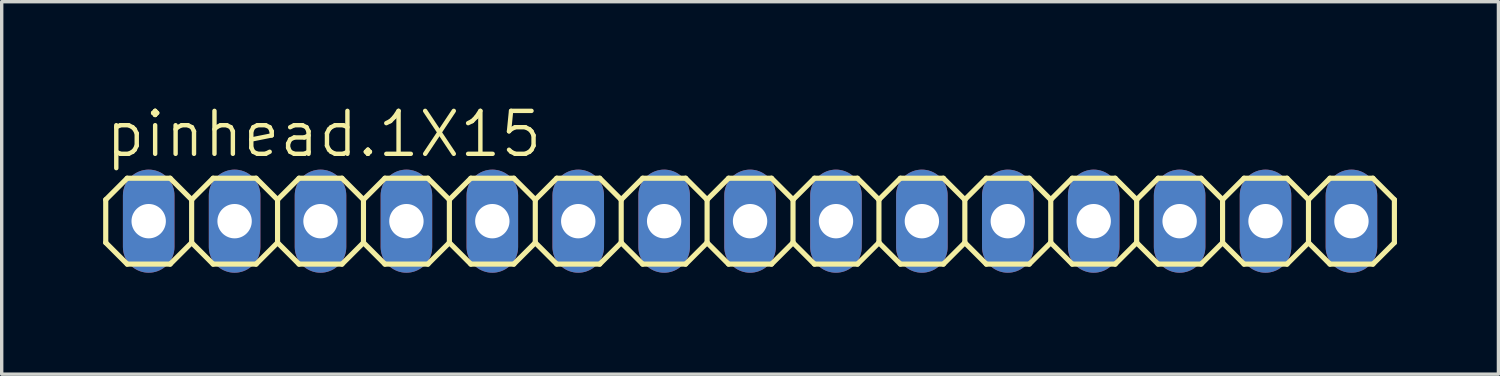
<source format=kicad_pcb>
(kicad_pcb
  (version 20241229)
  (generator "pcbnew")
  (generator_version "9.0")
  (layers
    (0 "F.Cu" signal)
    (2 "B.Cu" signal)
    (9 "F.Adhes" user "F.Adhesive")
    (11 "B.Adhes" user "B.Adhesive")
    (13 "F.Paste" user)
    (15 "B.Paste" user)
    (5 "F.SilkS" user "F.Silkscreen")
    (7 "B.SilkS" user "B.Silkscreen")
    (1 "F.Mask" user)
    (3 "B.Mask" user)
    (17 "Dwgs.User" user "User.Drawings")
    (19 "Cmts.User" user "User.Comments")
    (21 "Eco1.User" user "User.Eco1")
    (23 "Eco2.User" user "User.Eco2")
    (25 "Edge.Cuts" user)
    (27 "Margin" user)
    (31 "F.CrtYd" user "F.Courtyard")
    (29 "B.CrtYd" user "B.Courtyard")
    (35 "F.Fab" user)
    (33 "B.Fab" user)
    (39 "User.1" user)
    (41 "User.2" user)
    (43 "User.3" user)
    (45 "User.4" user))
  (footprint "pinhead.1X15"
    (layer "F.Cu")
    (at 19.126 3.489)
    (property "Reference" "pinhead.1X15" (at -19.126 -1.829 0) (layer "F.SilkS") (effects (font (size 1.27 1.27) (thickness 0.13)) (justify left bottom)))
    (attr through_hole)
    (fp_line (start -19.05 -0.635) (end -19.05 0.635) (stroke (width 0.152) (type default)) (layer "F.SilkS"))
    (fp_line (start -19.05 0.635) (end -18.415 1.27) (stroke (width 0.152) (type default)) (layer "F.SilkS"))
    (fp_line (start -18.415 -1.27) (end -19.05 -0.635) (stroke (width 0.152) (type default)) (layer "F.SilkS"))
    (fp_line (start -18.415 -1.27) (end -17.145 -1.27) (stroke (width 0.152) (type default)) (layer "F.SilkS"))
    (fp_line (start -17.145 -1.27) (end -16.51 -0.635) (stroke (width 0.152) (type default)) (layer "F.SilkS"))
    (fp_line (start -17.145 1.27) (end -18.415 1.27) (stroke (width 0.152) (type default)) (layer "F.SilkS"))
    (fp_line (start -16.51 -0.635) (end -16.51 0.635) (stroke (width 0.152) (type default)) (layer "F.SilkS"))
    (fp_line (start -16.51 -0.635) (end -15.875 -1.27) (stroke (width 0.152) (type default)) (layer "F.SilkS"))
    (fp_line (start -16.51 0.635) (end -17.145 1.27) (stroke (width 0.152) (type default)) (layer "F.SilkS"))
    (fp_line (start -15.875 -1.27) (end -14.605 -1.27) (stroke (width 0.152) (type default)) (layer "F.SilkS"))
    (fp_line (start -15.875 1.27) (end -16.51 0.635) (stroke (width 0.152) (type default)) (layer "F.SilkS"))
    (fp_line (start -14.605 -1.27) (end -13.97 -0.635) (stroke (width 0.152) (type default)) (layer "F.SilkS"))
    (fp_line (start -14.605 1.27) (end -15.875 1.27) (stroke (width 0.152) (type default)) (layer "F.SilkS"))
    (fp_line (start -13.97 -0.635) (end -13.97 0.635) (stroke (width 0.152) (type default)) (layer "F.SilkS"))
    (fp_line (start -13.97 -0.635) (end -13.335 -1.27) (stroke (width 0.152) (type default)) (layer "F.SilkS"))
    (fp_line (start -13.97 0.635) (end -14.605 1.27) (stroke (width 0.152) (type default)) (layer "F.SilkS"))
    (fp_line (start -13.335 -1.27) (end -12.065 -1.27) (stroke (width 0.152) (type default)) (layer "F.SilkS"))
    (fp_line (start -13.335 1.27) (end -13.97 0.635) (stroke (width 0.152) (type default)) (layer "F.SilkS"))
    (fp_line (start -12.065 -1.27) (end -11.43 -0.635) (stroke (width 0.152) (type default)) (layer "F.SilkS"))
    (fp_line (start -12.065 1.27) (end -13.335 1.27) (stroke (width 0.152) (type default)) (layer "F.SilkS"))
    (fp_line (start -11.43 -0.635) (end -11.43 0.635) (stroke (width 0.152) (type default)) (layer "F.SilkS"))
    (fp_line (start -11.43 0.635) (end -12.065 1.27) (stroke (width 0.152) (type default)) (layer "F.SilkS"))
    (fp_line (start -11.43 0.635) (end -10.795 1.27) (stroke (width 0.152) (type default)) (layer "F.SilkS"))
    (fp_line (start -10.795 -1.27) (end -11.43 -0.635) (stroke (width 0.152) (type default)) (layer "F.SilkS"))
    (fp_line (start -10.795 -1.27) (end -9.525 -1.27) (stroke (width 0.152) (type default)) (layer "F.SilkS"))
    (fp_line (start -9.525 -1.27) (end -8.89 -0.635) (stroke (width 0.152) (type default)) (layer "F.SilkS"))
    (fp_line (start -9.525 1.27) (end -10.795 1.27) (stroke (width 0.152) (type default)) (layer "F.SilkS"))
    (fp_line (start -8.89 -0.635) (end -8.89 0.635) (stroke (width 0.152) (type default)) (layer "F.SilkS"))
    (fp_line (start -8.89 -0.635) (end -8.255 -1.27) (stroke (width 0.152) (type default)) (layer "F.SilkS"))
    (fp_line (start -8.89 0.635) (end -9.525 1.27) (stroke (width 0.152) (type default)) (layer "F.SilkS"))
    (fp_line (start -8.255 -1.27) (end -6.985 -1.27) (stroke (width 0.152) (type default)) (layer "F.SilkS"))
    (fp_line (start -8.255 1.27) (end -8.89 0.635) (stroke (width 0.152) (type default)) (layer "F.SilkS"))
    (fp_line (start -6.985 -1.27) (end -6.35 -0.635) (stroke (width 0.152) (type default)) (layer "F.SilkS"))
    (fp_line (start -6.985 1.27) (end -8.255 1.27) (stroke (width 0.152) (type default)) (layer "F.SilkS"))
    (fp_line (start -6.35 -0.635) (end -6.35 0.635) (stroke (width 0.152) (type default)) (layer "F.SilkS"))
    (fp_line (start -6.35 -0.635) (end -5.715 -1.27) (stroke (width 0.152) (type default)) (layer "F.SilkS"))
    (fp_line (start -6.35 0.635) (end -6.985 1.27) (stroke (width 0.152) (type default)) (layer "F.SilkS"))
    (fp_line (start -5.715 -1.27) (end -4.445 -1.27) (stroke (width 0.152) (type default)) (layer "F.SilkS"))
    (fp_line (start -5.715 1.27) (end -6.35 0.635) (stroke (width 0.152) (type default)) (layer "F.SilkS"))
    (fp_line (start -4.445 -1.27) (end -3.81 -0.635) (stroke (width 0.152) (type default)) (layer "F.SilkS"))
    (fp_line (start -4.445 1.27) (end -5.715 1.27) (stroke (width 0.152) (type default)) (layer "F.SilkS"))
    (fp_line (start -3.81 -0.635) (end -3.81 0.635) (stroke (width 0.152) (type default)) (layer "F.SilkS"))
    (fp_line (start -3.81 0.635) (end -4.445 1.27) (stroke (width 0.152) (type default)) (layer "F.SilkS"))
    (fp_line (start -3.81 0.635) (end -3.175 1.27) (stroke (width 0.152) (type default)) (layer "F.SilkS"))
    (fp_line (start -3.175 -1.27) (end -3.81 -0.635) (stroke (width 0.152) (type default)) (layer "F.SilkS"))
    (fp_line (start -3.175 -1.27) (end -1.905 -1.27) (stroke (width 0.152) (type default)) (layer "F.SilkS"))
    (fp_line (start -1.905 -1.27) (end -1.27 -0.635) (stroke (width 0.152) (type default)) (layer "F.SilkS"))
    (fp_line (start -1.905 1.27) (end -3.175 1.27) (stroke (width 0.152) (type default)) (layer "F.SilkS"))
    (fp_line (start -1.27 -0.635) (end -1.27 0.635) (stroke (width 0.152) (type default)) (layer "F.SilkS"))
    (fp_line (start -1.27 -0.635) (end -0.635 -1.27) (stroke (width 0.152) (type default)) (layer "F.SilkS"))
    (fp_line (start -1.27 0.635) (end -1.905 1.27) (stroke (width 0.152) (type default)) (layer "F.SilkS"))
    (fp_line (start -0.635 -1.27) (end 0.635 -1.27) (stroke (width 0.152) (type default)) (layer "F.SilkS"))
    (fp_line (start -0.635 1.27) (end -1.27 0.635) (stroke (width 0.152) (type default)) (layer "F.SilkS"))
    (fp_line (start 0.635 -1.27) (end 1.27 -0.635) (stroke (width 0.152) (type default)) (layer "F.SilkS"))
    (fp_line (start 0.635 1.27) (end -0.635 1.27) (stroke (width 0.152) (type default)) (layer "F.SilkS"))
    (fp_line (start 1.27 -0.635) (end 1.27 0.635) (stroke (width 0.152) (type default)) (layer "F.SilkS"))
    (fp_line (start 1.27 -0.635) (end 1.905 -1.27) (stroke (width 0.152) (type default)) (layer "F.SilkS"))
    (fp_line (start 1.27 0.635) (end 0.635 1.27) (stroke (width 0.152) (type default)) (layer "F.SilkS"))
    (fp_line (start 1.905 -1.27) (end 3.175 -1.27) (stroke (width 0.152) (type default)) (layer "F.SilkS"))
    (fp_line (start 1.905 1.27) (end 1.27 0.635) (stroke (width 0.152) (type default)) (layer "F.SilkS"))
    (fp_line (start 3.175 -1.27) (end 3.81 -0.635) (stroke (width 0.152) (type default)) (layer "F.SilkS"))
    (fp_line (start 3.175 1.27) (end 1.905 1.27) (stroke (width 0.152) (type default)) (layer "F.SilkS"))
    (fp_line (start 3.81 -0.635) (end 3.81 0.635) (stroke (width 0.152) (type default)) (layer "F.SilkS"))
    (fp_line (start 3.81 0.635) (end 3.175 1.27) (stroke (width 0.152) (type default)) (layer "F.SilkS"))
    (fp_line (start 3.81 0.635) (end 4.445 1.27) (stroke (width 0.152) (type default)) (layer "F.SilkS"))
    (fp_line (start 4.445 -1.27) (end 3.81 -0.635) (stroke (width 0.152) (type default)) (layer "F.SilkS"))
    (fp_line (start 4.445 -1.27) (end 5.715 -1.27) (stroke (width 0.152) (type default)) (layer "F.SilkS"))
    (fp_line (start 5.715 -1.27) (end 6.35 -0.635) (stroke (width 0.152) (type default)) (layer "F.SilkS"))
    (fp_line (start 5.715 1.27) (end 4.445 1.27) (stroke (width 0.152) (type default)) (layer "F.SilkS"))
    (fp_line (start 6.35 -0.635) (end 6.35 0.635) (stroke (width 0.152) (type default)) (layer "F.SilkS"))
    (fp_line (start 6.35 -0.635) (end 6.985 -1.27) (stroke (width 0.152) (type default)) (layer "F.SilkS"))
    (fp_line (start 6.35 0.635) (end 5.715 1.27) (stroke (width 0.152) (type default)) (layer "F.SilkS"))
    (fp_line (start 6.985 -1.27) (end 8.255 -1.27) (stroke (width 0.152) (type default)) (layer "F.SilkS"))
    (fp_line (start 6.985 1.27) (end 6.35 0.635) (stroke (width 0.152) (type default)) (layer "F.SilkS"))
    (fp_line (start 8.255 -1.27) (end 8.89 -0.635) (stroke (width 0.152) (type default)) (layer "F.SilkS"))
    (fp_line (start 8.255 1.27) (end 6.985 1.27) (stroke (width 0.152) (type default)) (layer "F.SilkS"))
    (fp_line (start 8.89 -0.635) (end 8.89 0.635) (stroke (width 0.152) (type default)) (layer "F.SilkS"))
    (fp_line (start 8.89 -0.635) (end 9.525 -1.27) (stroke (width 0.152) (type default)) (layer "F.SilkS"))
    (fp_line (start 8.89 0.635) (end 8.255 1.27) (stroke (width 0.152) (type default)) (layer "F.SilkS"))
    (fp_line (start 9.525 -1.27) (end 10.795 -1.27) (stroke (width 0.152) (type default)) (layer "F.SilkS"))
    (fp_line (start 9.525 1.27) (end 8.89 0.635) (stroke (width 0.152) (type default)) (layer "F.SilkS"))
    (fp_line (start 10.795 -1.27) (end 11.43 -0.635) (stroke (width 0.152) (type default)) (layer "F.SilkS"))
    (fp_line (start 10.795 1.27) (end 9.525 1.27) (stroke (width 0.152) (type default)) (layer "F.SilkS"))
    (fp_line (start 11.43 -0.635) (end 11.43 0.635) (stroke (width 0.152) (type default)) (layer "F.SilkS"))
    (fp_line (start 11.43 0.635) (end 10.795 1.27) (stroke (width 0.152) (type default)) (layer "F.SilkS"))
    (fp_line (start 11.43 0.635) (end 12.065 1.27) (stroke (width 0.152) (type default)) (layer "F.SilkS"))
    (fp_line (start 12.065 -1.27) (end 11.43 -0.635) (stroke (width 0.152) (type default)) (layer "F.SilkS"))
    (fp_line (start 12.065 -1.27) (end 13.335 -1.27) (stroke (width 0.152) (type default)) (layer "F.SilkS"))
    (fp_line (start 13.335 -1.27) (end 13.97 -0.635) (stroke (width 0.152) (type default)) (layer "F.SilkS"))
    (fp_line (start 13.335 1.27) (end 12.065 1.27) (stroke (width 0.152) (type default)) (layer "F.SilkS"))
    (fp_line (start 13.97 -0.635) (end 13.97 0.635) (stroke (width 0.152) (type default)) (layer "F.SilkS"))
    (fp_line (start 13.97 -0.635) (end 14.605 -1.27) (stroke (width 0.152) (type default)) (layer "F.SilkS"))
    (fp_line (start 13.97 0.635) (end 13.335 1.27) (stroke (width 0.152) (type default)) (layer "F.SilkS"))
    (fp_line (start 14.605 -1.27) (end 15.875 -1.27) (stroke (width 0.152) (type default)) (layer "F.SilkS"))
    (fp_line (start 14.605 1.27) (end 13.97 0.635) (stroke (width 0.152) (type default)) (layer "F.SilkS"))
    (fp_line (start 15.875 -1.27) (end 16.51 -0.635) (stroke (width 0.152) (type default)) (layer "F.SilkS"))
    (fp_line (start 15.875 1.27) (end 14.605 1.27) (stroke (width 0.152) (type default)) (layer "F.SilkS"))
    (fp_line (start 16.51 -0.635) (end 16.51 0.635) (stroke (width 0.152) (type default)) (layer "F.SilkS"))
    (fp_line (start 16.51 -0.635) (end 17.145 -1.27) (stroke (width 0.152) (type default)) (layer "F.SilkS"))
    (fp_line (start 16.51 0.635) (end 15.875 1.27) (stroke (width 0.152) (type default)) (layer "F.SilkS"))
    (fp_line (start 17.145 -1.27) (end 18.415 -1.27) (stroke (width 0.152) (type default)) (layer "F.SilkS"))
    (fp_line (start 17.145 1.27) (end 16.51 0.635) (stroke (width 0.152) (type default)) (layer "F.SilkS"))
    (fp_line (start 18.415 -1.27) (end 19.05 -0.635) (stroke (width 0.152) (type default)) (layer "F.SilkS"))
    (fp_line (start 18.415 1.27) (end 17.145 1.27) (stroke (width 0.152) (type default)) (layer "F.SilkS"))
    (fp_line (start 19.05 -0.635) (end 19.05 0.635) (stroke (width 0.152) (type default)) (layer "F.SilkS"))
    (fp_line (start 19.05 0.635) (end 18.415 1.27) (stroke (width 0.152) (type default)) (layer "F.SilkS"))
    (fp_rect (start -18.034 0.254) (end -17.526 -0.254) (stroke (width 0.05) (type default)) (fill no) (layer "F.Fab"))
    (fp_rect (start -15.494 0.254) (end -14.986 -0.254) (stroke (width 0.05) (type default)) (fill no) (layer "F.Fab"))
    (fp_rect (start -12.954 0.254) (end -12.446 -0.254) (stroke (width 0.05) (type default)) (fill no) (layer "F.Fab"))
    (fp_rect (start -10.414 0.254) (end -9.906 -0.254) (stroke (width 0.05) (type default)) (fill no) (layer "F.Fab"))
    (fp_rect (start -7.874 0.254) (end -7.366 -0.254) (stroke (width 0.05) (type default)) (fill no) (layer "F.Fab"))
    (fp_rect (start -5.334 0.254) (end -4.826 -0.254) (stroke (width 0.05) (type default)) (fill no) (layer "F.Fab"))
    (fp_rect (start -2.794 0.254) (end -2.286 -0.254) (stroke (width 0.05) (type default)) (fill no) (layer "F.Fab"))
    (fp_rect (start -0.254 0.254) (end 0.254 -0.254) (stroke (width 0.05) (type default)) (fill no) (layer "F.Fab"))
    (fp_rect (start 2.286 0.254) (end 2.794 -0.254) (stroke (width 0.05) (type default)) (fill no) (layer "F.Fab"))
    (fp_rect (start 4.826 0.254) (end 5.334 -0.254) (stroke (width 0.05) (type default)) (fill no) (layer "F.Fab"))
    (fp_rect (start 7.366 0.254) (end 7.874 -0.254) (stroke (width 0.05) (type default)) (fill no) (layer "F.Fab"))
    (fp_rect (start 9.906 0.254) (end 10.414 -0.254) (stroke (width 0.05) (type default)) (fill no) (layer "F.Fab"))
    (fp_rect (start 12.446 0.254) (end 12.954 -0.254) (stroke (width 0.05) (type default)) (fill no) (layer "F.Fab"))
    (fp_rect (start 14.986 0.254) (end 15.494 -0.254) (stroke (width 0.05) (type default)) (fill no) (layer "F.Fab"))
    (fp_rect (start 17.526 0.254) (end 18.034 -0.254) (stroke (width 0.05) (type default)) (fill no) (layer "F.Fab"))
    (pad "1" thru_hole oval (at -17.78 0 90) (size 3.048 1.524) (drill 1.016) (layers "*.Cu" "*.Mask"))
    (pad "2" thru_hole oval (at -15.24 0 90) (size 3.048 1.524) (drill 1.016) (layers "*.Cu" "*.Mask"))
    (pad "3" thru_hole oval (at -12.7 0 90) (size 3.048 1.524) (drill 1.016) (layers "*.Cu" "*.Mask"))
    (pad "4" thru_hole oval (at -10.16 0 90) (size 3.048 1.524) (drill 1.016) (layers "*.Cu" "*.Mask"))
    (pad "5" thru_hole oval (at -7.62 0 90) (size 3.048 1.524) (drill 1.016) (layers "*.Cu" "*.Mask"))
    (pad "6" thru_hole oval (at -5.08 0 90) (size 3.048 1.524) (drill 1.016) (layers "*.Cu" "*.Mask"))
    (pad "7" thru_hole oval (at -2.54 0 90) (size 3.048 1.524) (drill 1.016) (layers "*.Cu" "*.Mask"))
    (pad "8" thru_hole oval (at 0 0 90) (size 3.048 1.524) (drill 1.016) (layers "*.Cu" "*.Mask"))
    (pad "9" thru_hole oval (at 2.54 0 90) (size 3.048 1.524) (drill 1.016) (layers "*.Cu" "*.Mask"))
    (pad "10" thru_hole oval (at 5.08 0 90) (size 3.048 1.524) (drill 1.016) (layers "*.Cu" "*.Mask"))
    (pad "11" thru_hole oval (at 7.62 0 90) (size 3.048 1.524) (drill 1.016) (layers "*.Cu" "*.Mask"))
    (pad "12" thru_hole oval (at 10.16 0 90) (size 3.048 1.524) (drill 1.016) (layers "*.Cu" "*.Mask"))
    (pad "13" thru_hole oval (at 12.7 0 90) (size 3.048 1.524) (drill 1.016) (layers "*.Cu" "*.Mask"))
    (pad "14" thru_hole oval (at 15.24 0 90) (size 3.048 1.524) (drill 1.016) (layers "*.Cu" "*.Mask"))
    (pad "15" thru_hole oval (at 17.78 0 90) (size 3.048 1.524) (drill 1.016) (layers "*.Cu" "*.Mask")))
  (gr_rect
    (start -3 -3)
    (end 41.252 8.013)
    (stroke (width 0.1) (type default))
    (fill no)
    (layer "Edge.Cuts")))
</source>
